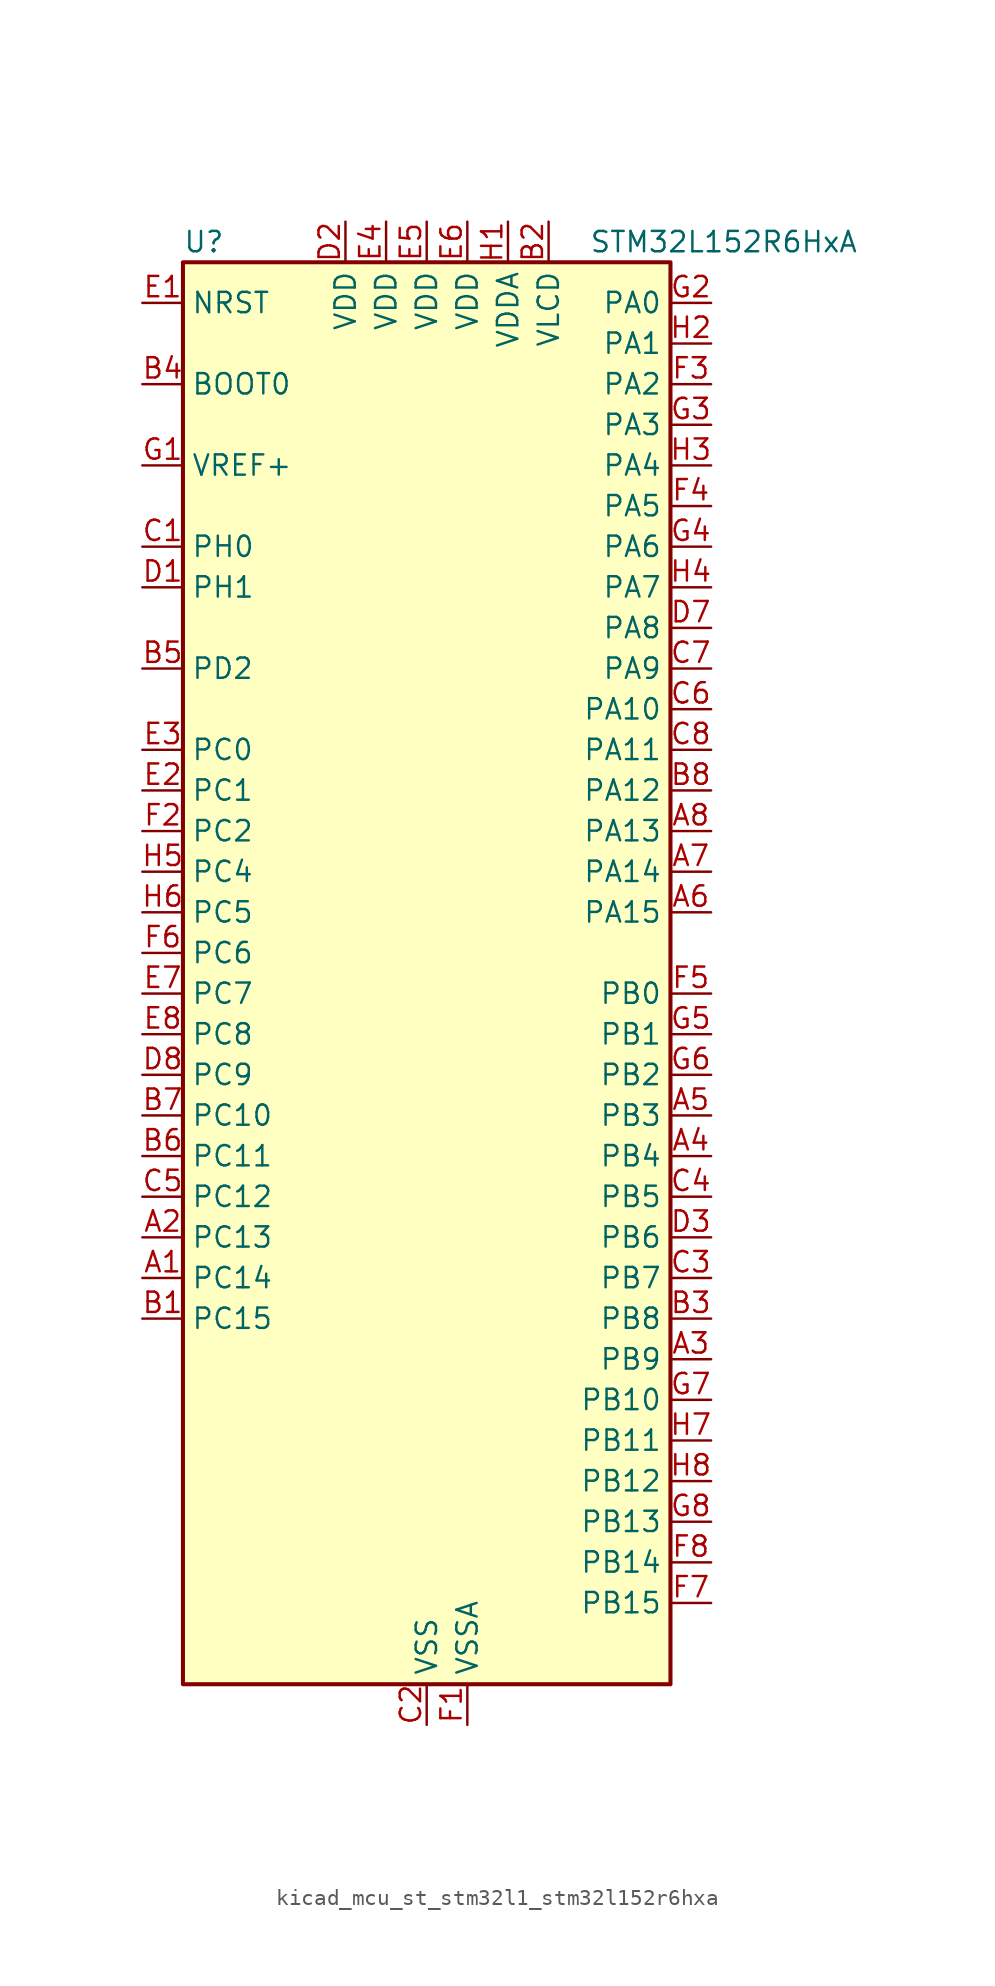
<source format=kicad_sym>
(kicad_symbol_lib
  (version 20220914)
  (generator kicad_symbol_editor)
  (symbol "kicad_mcu_st_stm32l1_stm32l152r6hxa"
    (property "Reference" "U"
      (at -15.24 46.99 0)
      (effects (font (size 1.27 1.27)) (justify left)))
    (property "Value" "STM32L152R6HxA"
      (at 10.16 46.99 0)
      (effects (font (size 1.27 1.27)) (justify left)))
    (property "ki_locked" ""
      (at 0 0 0)
      (effects (font (size 1.27 1.27))))
    (symbol "kicad_mcu_st_stm32l1_stm32l152r6hxa_0_1"
      (rectangle (start -15.24 -43.18) (end 15.24 45.72) (stroke (width 0.254) (type default)) (fill (type background))))
    (symbol "kicad_mcu_st_stm32l1_stm32l152r6hxa_1_1"
      (pin bidirectional line (at -17.78 -17.78 0) (length 2.54) (name "PC14" (effects (font (size 1.27 1.27)))) (number "A1" (effects (font (size 1.27 1.27)))) (alternate "RCC_OSC32_IN" bidirectional line) (alternate "TIMX_IC3" bidirectional line))
      (pin bidirectional line (at -17.78 -15.24 0) (length 2.54) (name "PC13" (effects (font (size 1.27 1.27)))) (number "A2" (effects (font (size 1.27 1.27)))) (alternate "RTC_OUT_ALARM" bidirectional line) (alternate "RTC_OUT_CALIB" bidirectional line) (alternate "RTC_TAMP1" bidirectional line) (alternate "RTC_TS" bidirectional line) (alternate "SYS_WKUP2" bidirectional line) (alternate "TIMX_IC2" bidirectional line))
      (pin bidirectional line (at 17.78 -22.86 180) (length 2.54) (name "PB9" (effects (font (size 1.27 1.27)))) (number "A3" (effects (font (size 1.27 1.27)))) (alternate "DAC_EXTI9" bidirectional line) (alternate "I2C1_SDA" bidirectional line) (alternate "LCD_COM3" bidirectional line) (alternate "TIM11_CH1" bidirectional line) (alternate "TIM4_CH4" bidirectional line))
      (pin bidirectional line (at 17.78 -10.16 180) (length 2.54) (name "PB4" (effects (font (size 1.27 1.27)))) (number "A4" (effects (font (size 1.27 1.27)))) (alternate "COMP2_INP" bidirectional line) (alternate "LCD_SEG8" bidirectional line) (alternate "SPI1_MISO" bidirectional line) (alternate "SYS_JTRST" bidirectional line) (alternate "TIM3_CH1" bidirectional line) (alternate "TS_G6_IO1" bidirectional line))
      (pin bidirectional line (at 17.78 -7.62 180) (length 2.54) (name "PB3" (effects (font (size 1.27 1.27)))) (number "A5" (effects (font (size 1.27 1.27)))) (alternate "COMP2_INM" bidirectional line) (alternate "LCD_SEG7" bidirectional line) (alternate "SPI1_SCK" bidirectional line) (alternate "SYS_JTDO-TRACESWO" bidirectional line) (alternate "TIM2_CH2" bidirectional line))
      (pin bidirectional line (at 17.78 5.08 180) (length 2.54) (name "PA15" (effects (font (size 1.27 1.27)))) (number "A6" (effects (font (size 1.27 1.27)))) (alternate "ADC_EXTI15" bidirectional line) (alternate "LCD_SEG17" bidirectional line) (alternate "SPI1_NSS" bidirectional line) (alternate "SYS_JTDI" bidirectional line) (alternate "TIM2_CH1" bidirectional line) (alternate "TIM2_ETR" bidirectional line) (alternate "TIMX_IC4" bidirectional line) (alternate "TS_G5_IO3" bidirectional line))
      (pin bidirectional line (at 17.78 7.62 180) (length 2.54) (name "PA14" (effects (font (size 1.27 1.27)))) (number "A7" (effects (font (size 1.27 1.27)))) (alternate "SYS_JTCK-SWCLK" bidirectional line) (alternate "TIMX_IC3" bidirectional line) (alternate "TS_G5_IO2" bidirectional line))
      (pin bidirectional line (at 17.78 10.16 180) (length 2.54) (name "PA13" (effects (font (size 1.27 1.27)))) (number "A8" (effects (font (size 1.27 1.27)))) (alternate "SYS_JTMS-SWDIO" bidirectional line) (alternate "TIMX_IC2" bidirectional line) (alternate "TS_G5_IO1" bidirectional line))
      (pin bidirectional line (at -17.78 -20.32 0) (length 2.54) (name "PC15" (effects (font (size 1.27 1.27)))) (number "B1" (effects (font (size 1.27 1.27)))) (alternate "ADC_EXTI15" bidirectional line) (alternate "RCC_OSC32_OUT" bidirectional line) (alternate "TIMX_IC4" bidirectional line))
      (pin power_in line (at 7.62 48.26 270) (length 2.54) (name "VLCD" (effects (font (size 1.27 1.27)))) (number "B2" (effects (font (size 1.27 1.27)))))
      (pin bidirectional line (at 17.78 -20.32 180) (length 2.54) (name "PB8" (effects (font (size 1.27 1.27)))) (number "B3" (effects (font (size 1.27 1.27)))) (alternate "I2C1_SCL" bidirectional line) (alternate "LCD_SEG16" bidirectional line) (alternate "TIM10_CH1" bidirectional line) (alternate "TIM4_CH3" bidirectional line))
      (pin input line (at -17.78 38.1 0) (length 2.54) (name "BOOT0" (effects (font (size 1.27 1.27)))) (number "B4" (effects (font (size 1.27 1.27)))))
      (pin bidirectional line (at -17.78 20.32 0) (length 2.54) (name "PD2" (effects (font (size 1.27 1.27)))) (number "B5" (effects (font (size 1.27 1.27)))) (alternate "LCD_COM7" bidirectional line) (alternate "LCD_SEG31" bidirectional line) (alternate "LCD_SEG43" bidirectional line) (alternate "TIM3_ETR" bidirectional line) (alternate "TIMX_IC3" bidirectional line))
      (pin bidirectional line (at -17.78 -10.16 0) (length 2.54) (name "PC11" (effects (font (size 1.27 1.27)))) (number "B6" (effects (font (size 1.27 1.27)))) (alternate "ADC_EXTI11" bidirectional line) (alternate "LCD_COM5" bidirectional line) (alternate "LCD_SEG29" bidirectional line) (alternate "LCD_SEG41" bidirectional line) (alternate "TIMX_IC4" bidirectional line) (alternate "USART3_RX" bidirectional line))
      (pin bidirectional line (at -17.78 -7.62 0) (length 2.54) (name "PC10" (effects (font (size 1.27 1.27)))) (number "B7" (effects (font (size 1.27 1.27)))) (alternate "LCD_COM4" bidirectional line) (alternate "LCD_SEG28" bidirectional line) (alternate "LCD_SEG40" bidirectional line) (alternate "TIMX_IC3" bidirectional line) (alternate "USART3_TX" bidirectional line))
      (pin bidirectional line (at 17.78 12.7 180) (length 2.54) (name "PA12" (effects (font (size 1.27 1.27)))) (number "B8" (effects (font (size 1.27 1.27)))) (alternate "SPI1_MOSI" bidirectional line) (alternate "TIMX_IC1" bidirectional line) (alternate "USART1_RTS" bidirectional line) (alternate "USB_DP" bidirectional line))
      (pin bidirectional line (at -17.78 27.94 0) (length 2.54) (name "PH0" (effects (font (size 1.27 1.27)))) (number "C1" (effects (font (size 1.27 1.27)))) (alternate "RCC_OSC_IN" bidirectional line))
      (pin power_in line (at 0 -45.72 90) (length 2.54) (name "VSS" (effects (font (size 1.27 1.27)))) (number "C2" (effects (font (size 1.27 1.27)))))
      (pin bidirectional line (at 17.78 -17.78 180) (length 2.54) (name "PB7" (effects (font (size 1.27 1.27)))) (number "C3" (effects (font (size 1.27 1.27)))) (alternate "I2C1_SDA" bidirectional line) (alternate "SYS_PVD_IN" bidirectional line) (alternate "TIM4_CH2" bidirectional line) (alternate "TS_G6_IO4" bidirectional line) (alternate "USART1_RX" bidirectional line))
      (pin bidirectional line (at 17.78 -12.7 180) (length 2.54) (name "PB5" (effects (font (size 1.27 1.27)))) (number "C4" (effects (font (size 1.27 1.27)))) (alternate "COMP2_INP" bidirectional line) (alternate "I2C1_SMBA" bidirectional line) (alternate "LCD_SEG9" bidirectional line) (alternate "SPI1_MOSI" bidirectional line) (alternate "TIM3_CH2" bidirectional line) (alternate "TS_G6_IO2" bidirectional line))
      (pin bidirectional line (at -17.78 -12.7 0) (length 2.54) (name "PC12" (effects (font (size 1.27 1.27)))) (number "C5" (effects (font (size 1.27 1.27)))) (alternate "LCD_COM6" bidirectional line) (alternate "LCD_SEG30" bidirectional line) (alternate "LCD_SEG42" bidirectional line) (alternate "TIMX_IC1" bidirectional line) (alternate "USART3_CK" bidirectional line))
      (pin bidirectional line (at 17.78 17.78 180) (length 2.54) (name "PA10" (effects (font (size 1.27 1.27)))) (number "C6" (effects (font (size 1.27 1.27)))) (alternate "LCD_COM2" bidirectional line) (alternate "TIMX_IC3" bidirectional line) (alternate "TS_G4_IO3" bidirectional line) (alternate "USART1_RX" bidirectional line))
      (pin bidirectional line (at 17.78 20.32 180) (length 2.54) (name "PA9" (effects (font (size 1.27 1.27)))) (number "C7" (effects (font (size 1.27 1.27)))) (alternate "DAC_EXTI9" bidirectional line) (alternate "LCD_COM1" bidirectional line) (alternate "TIMX_IC2" bidirectional line) (alternate "TS_G4_IO2" bidirectional line) (alternate "USART1_TX" bidirectional line))
      (pin bidirectional line (at 17.78 15.24 180) (length 2.54) (name "PA11" (effects (font (size 1.27 1.27)))) (number "C8" (effects (font (size 1.27 1.27)))) (alternate "ADC_EXTI11" bidirectional line) (alternate "SPI1_MISO" bidirectional line) (alternate "TIMX_IC4" bidirectional line) (alternate "USART1_CTS" bidirectional line) (alternate "USB_DM" bidirectional line))
      (pin bidirectional line (at -17.78 25.4 0) (length 2.54) (name "PH1" (effects (font (size 1.27 1.27)))) (number "D1" (effects (font (size 1.27 1.27)))) (alternate "RCC_OSC_OUT" bidirectional line))
      (pin power_in line (at -5.08 48.26 270) (length 2.54) (name "VDD" (effects (font (size 1.27 1.27)))) (number "D2" (effects (font (size 1.27 1.27)))))
      (pin bidirectional line (at 17.78 -15.24 180) (length 2.54) (name "PB6" (effects (font (size 1.27 1.27)))) (number "D3" (effects (font (size 1.27 1.27)))) (alternate "I2C1_SCL" bidirectional line) (alternate "TIM4_CH1" bidirectional line) (alternate "TS_G6_IO3" bidirectional line) (alternate "USART1_TX" bidirectional line))
      (pin passive line (at 0 -45.72 90) (length 2.54) hide (name "VSS" (effects (font (size 1.27 1.27)))) (number "D4" (effects (font (size 1.27 1.27)))))
      (pin passive line (at 0 -45.72 90) (length 2.54) hide (name "VSS" (effects (font (size 1.27 1.27)))) (number "D5" (effects (font (size 1.27 1.27)))))
      (pin passive line (at 0 -45.72 90) (length 2.54) hide (name "VSS" (effects (font (size 1.27 1.27)))) (number "D6" (effects (font (size 1.27 1.27)))))
      (pin bidirectional line (at 17.78 22.86 180) (length 2.54) (name "PA8" (effects (font (size 1.27 1.27)))) (number "D7" (effects (font (size 1.27 1.27)))) (alternate "LCD_COM0" bidirectional line) (alternate "RCC_MCO" bidirectional line) (alternate "TIMX_IC1" bidirectional line) (alternate "TS_G4_IO1" bidirectional line) (alternate "USART1_CK" bidirectional line))
      (pin bidirectional line (at -17.78 -5.08 0) (length 2.54) (name "PC9" (effects (font (size 1.27 1.27)))) (number "D8" (effects (font (size 1.27 1.27)))) (alternate "DAC_EXTI9" bidirectional line) (alternate "LCD_SEG27" bidirectional line) (alternate "TIM3_CH4" bidirectional line) (alternate "TIMX_IC2" bidirectional line) (alternate "TS_G10_IO4" bidirectional line))
      (pin input line (at -17.78 43.18 0) (length 2.54) (name "NRST" (effects (font (size 1.27 1.27)))) (number "E1" (effects (font (size 1.27 1.27)))))
      (pin bidirectional line (at -17.78 12.7 0) (length 2.54) (name "PC1" (effects (font (size 1.27 1.27)))) (number "E2" (effects (font (size 1.27 1.27)))) (alternate "ADC_IN11" bidirectional line) (alternate "COMP1_INP" bidirectional line) (alternate "LCD_SEG19" bidirectional line) (alternate "TIMX_IC2" bidirectional line) (alternate "TS_G8_IO2" bidirectional line))
      (pin bidirectional line (at -17.78 15.24 0) (length 2.54) (name "PC0" (effects (font (size 1.27 1.27)))) (number "E3" (effects (font (size 1.27 1.27)))) (alternate "ADC_IN10" bidirectional line) (alternate "COMP1_INP" bidirectional line) (alternate "LCD_SEG18" bidirectional line) (alternate "TIMX_IC1" bidirectional line) (alternate "TS_G8_IO1" bidirectional line))
      (pin power_in line (at -2.54 48.26 270) (length 2.54) (name "VDD" (effects (font (size 1.27 1.27)))) (number "E4" (effects (font (size 1.27 1.27)))))
      (pin power_in line (at 0 48.26 270) (length 2.54) (name "VDD" (effects (font (size 1.27 1.27)))) (number "E5" (effects (font (size 1.27 1.27)))))
      (pin power_in line (at 2.54 48.26 270) (length 2.54) (name "VDD" (effects (font (size 1.27 1.27)))) (number "E6" (effects (font (size 1.27 1.27)))))
      (pin bidirectional line (at -17.78 0 0) (length 2.54) (name "PC7" (effects (font (size 1.27 1.27)))) (number "E7" (effects (font (size 1.27 1.27)))) (alternate "LCD_SEG25" bidirectional line) (alternate "TIM3_CH2" bidirectional line) (alternate "TIMX_IC4" bidirectional line) (alternate "TS_G10_IO2" bidirectional line))
      (pin bidirectional line (at -17.78 -2.54 0) (length 2.54) (name "PC8" (effects (font (size 1.27 1.27)))) (number "E8" (effects (font (size 1.27 1.27)))) (alternate "LCD_SEG26" bidirectional line) (alternate "TIM3_CH3" bidirectional line) (alternate "TIMX_IC1" bidirectional line) (alternate "TS_G10_IO3" bidirectional line))
      (pin power_in line (at 2.54 -45.72 90) (length 2.54) (name "VSSA" (effects (font (size 1.27 1.27)))) (number "F1" (effects (font (size 1.27 1.27)))))
      (pin bidirectional line (at -17.78 10.16 0) (length 2.54) (name "PC2" (effects (font (size 1.27 1.27)))) (number "F2" (effects (font (size 1.27 1.27)))) (alternate "ADC_IN12" bidirectional line) (alternate "COMP1_INP" bidirectional line) (alternate "LCD_SEG20" bidirectional line) (alternate "TIMX_IC3" bidirectional line) (alternate "TS_G8_IO3" bidirectional line))
      (pin bidirectional line (at 17.78 38.1 180) (length 2.54) (name "PA2" (effects (font (size 1.27 1.27)))) (number "F3" (effects (font (size 1.27 1.27)))) (alternate "ADC_IN2" bidirectional line) (alternate "COMP1_INP" bidirectional line) (alternate "LCD_SEG1" bidirectional line) (alternate "TIM2_CH3" bidirectional line) (alternate "TIM9_CH1" bidirectional line) (alternate "TIMX_IC3" bidirectional line) (alternate "TS_G1_IO3" bidirectional line) (alternate "USART2_TX" bidirectional line))
      (pin bidirectional line (at 17.78 30.48 180) (length 2.54) (name "PA5" (effects (font (size 1.27 1.27)))) (number "F4" (effects (font (size 1.27 1.27)))) (alternate "ADC_IN5" bidirectional line) (alternate "COMP1_INP" bidirectional line) (alternate "DAC_OUT2" bidirectional line) (alternate "SPI1_SCK" bidirectional line) (alternate "TIM2_CH1" bidirectional line) (alternate "TIM2_ETR" bidirectional line) (alternate "TIMX_IC2" bidirectional line))
      (pin bidirectional line (at 17.78 0 180) (length 2.54) (name "PB0" (effects (font (size 1.27 1.27)))) (number "F5" (effects (font (size 1.27 1.27)))) (alternate "ADC_IN8" bidirectional line) (alternate "COMP1_INP" bidirectional line) (alternate "LCD_SEG5" bidirectional line) (alternate "SYS_V_REF_OUT" bidirectional line) (alternate "TIM3_CH3" bidirectional line) (alternate "TS_G3_IO1" bidirectional line))
      (pin bidirectional line (at -17.78 2.54 0) (length 2.54) (name "PC6" (effects (font (size 1.27 1.27)))) (number "F6" (effects (font (size 1.27 1.27)))) (alternate "LCD_SEG24" bidirectional line) (alternate "TIM3_CH1" bidirectional line) (alternate "TIMX_IC3" bidirectional line) (alternate "TS_G10_IO1" bidirectional line))
      (pin bidirectional line (at 17.78 -38.1 180) (length 2.54) (name "PB15" (effects (font (size 1.27 1.27)))) (number "F7" (effects (font (size 1.27 1.27)))) (alternate "ADC_EXTI15" bidirectional line) (alternate "ADC_IN21" bidirectional line) (alternate "COMP1_INP" bidirectional line) (alternate "LCD_SEG15" bidirectional line) (alternate "RTC_REFIN" bidirectional line) (alternate "SPI2_MOSI" bidirectional line) (alternate "TIM11_CH1" bidirectional line) (alternate "TS_G7_IO4" bidirectional line))
      (pin bidirectional line (at 17.78 -35.56 180) (length 2.54) (name "PB14" (effects (font (size 1.27 1.27)))) (number "F8" (effects (font (size 1.27 1.27)))) (alternate "ADC_IN20" bidirectional line) (alternate "COMP1_INP" bidirectional line) (alternate "LCD_SEG14" bidirectional line) (alternate "SPI2_MISO" bidirectional line) (alternate "TIM9_CH2" bidirectional line) (alternate "TS_G7_IO3" bidirectional line) (alternate "USART3_RTS" bidirectional line))
      (pin input line (at -17.78 33.02 0) (length 2.54) (name "VREF+" (effects (font (size 1.27 1.27)))) (number "G1" (effects (font (size 1.27 1.27)))))
      (pin bidirectional line (at 17.78 43.18 180) (length 2.54) (name "PA0" (effects (font (size 1.27 1.27)))) (number "G2" (effects (font (size 1.27 1.27)))) (alternate "ADC_IN0" bidirectional line) (alternate "COMP1_INP" bidirectional line) (alternate "RTC_TAMP2" bidirectional line) (alternate "SYS_WKUP1" bidirectional line) (alternate "TIM2_CH1" bidirectional line) (alternate "TIM2_ETR" bidirectional line) (alternate "TIMX_IC1" bidirectional line) (alternate "TS_G1_IO1" bidirectional line) (alternate "USART2_CTS" bidirectional line))
      (pin bidirectional line (at 17.78 35.56 180) (length 2.54) (name "PA3" (effects (font (size 1.27 1.27)))) (number "G3" (effects (font (size 1.27 1.27)))) (alternate "ADC_IN3" bidirectional line) (alternate "COMP1_INP" bidirectional line) (alternate "LCD_SEG2" bidirectional line) (alternate "TIM2_CH4" bidirectional line) (alternate "TIM9_CH2" bidirectional line) (alternate "TIMX_IC4" bidirectional line) (alternate "TS_G1_IO4" bidirectional line) (alternate "USART2_RX" bidirectional line))
      (pin bidirectional line (at 17.78 27.94 180) (length 2.54) (name "PA6" (effects (font (size 1.27 1.27)))) (number "G4" (effects (font (size 1.27 1.27)))) (alternate "ADC_IN6" bidirectional line) (alternate "COMP1_INP" bidirectional line) (alternate "LCD_SEG3" bidirectional line) (alternate "SPI1_MISO" bidirectional line) (alternate "TIM10_CH1" bidirectional line) (alternate "TIM3_CH1" bidirectional line) (alternate "TIMX_IC3" bidirectional line) (alternate "TS_G2_IO1" bidirectional line))
      (pin bidirectional line (at 17.78 -2.54 180) (length 2.54) (name "PB1" (effects (font (size 1.27 1.27)))) (number "G5" (effects (font (size 1.27 1.27)))) (alternate "ADC_IN9" bidirectional line) (alternate "COMP1_INP" bidirectional line) (alternate "LCD_SEG6" bidirectional line) (alternate "SYS_V_REF_OUT" bidirectional line) (alternate "TIM3_CH4" bidirectional line) (alternate "TS_G3_IO2" bidirectional line))
      (pin bidirectional line (at 17.78 -5.08 180) (length 2.54) (name "PB2" (effects (font (size 1.27 1.27)))) (number "G6" (effects (font (size 1.27 1.27)))) (alternate "TS_G3_IO3" bidirectional line))
      (pin bidirectional line (at 17.78 -25.4 180) (length 2.54) (name "PB10" (effects (font (size 1.27 1.27)))) (number "G7" (effects (font (size 1.27 1.27)))) (alternate "I2C2_SCL" bidirectional line) (alternate "LCD_SEG10" bidirectional line) (alternate "TIM2_CH3" bidirectional line) (alternate "USART3_TX" bidirectional line))
      (pin bidirectional line (at 17.78 -33.02 180) (length 2.54) (name "PB13" (effects (font (size 1.27 1.27)))) (number "G8" (effects (font (size 1.27 1.27)))) (alternate "ADC_IN19" bidirectional line) (alternate "COMP1_INP" bidirectional line) (alternate "LCD_SEG13" bidirectional line) (alternate "SPI2_SCK" bidirectional line) (alternate "TIM9_CH1" bidirectional line) (alternate "TS_G7_IO2" bidirectional line) (alternate "USART3_CTS" bidirectional line))
      (pin power_in line (at 5.08 48.26 270) (length 2.54) (name "VDDA" (effects (font (size 1.27 1.27)))) (number "H1" (effects (font (size 1.27 1.27)))))
      (pin bidirectional line (at 17.78 40.64 180) (length 2.54) (name "PA1" (effects (font (size 1.27 1.27)))) (number "H2" (effects (font (size 1.27 1.27)))) (alternate "ADC_IN1" bidirectional line) (alternate "COMP1_INP" bidirectional line) (alternate "LCD_SEG0" bidirectional line) (alternate "TIM2_CH2" bidirectional line) (alternate "TIMX_IC2" bidirectional line) (alternate "TS_G1_IO2" bidirectional line) (alternate "USART2_RTS" bidirectional line))
      (pin bidirectional line (at 17.78 33.02 180) (length 2.54) (name "PA4" (effects (font (size 1.27 1.27)))) (number "H3" (effects (font (size 1.27 1.27)))) (alternate "ADC_IN4" bidirectional line) (alternate "COMP1_INP" bidirectional line) (alternate "DAC_OUT1" bidirectional line) (alternate "SPI1_NSS" bidirectional line) (alternate "TIMX_IC1" bidirectional line) (alternate "USART2_CK" bidirectional line))
      (pin bidirectional line (at 17.78 25.4 180) (length 2.54) (name "PA7" (effects (font (size 1.27 1.27)))) (number "H4" (effects (font (size 1.27 1.27)))) (alternate "ADC_IN7" bidirectional line) (alternate "COMP1_INP" bidirectional line) (alternate "LCD_SEG4" bidirectional line) (alternate "SPI1_MOSI" bidirectional line) (alternate "TIM11_CH1" bidirectional line) (alternate "TIM3_CH2" bidirectional line) (alternate "TIMX_IC4" bidirectional line) (alternate "TS_G2_IO2" bidirectional line))
      (pin bidirectional line (at -17.78 7.62 0) (length 2.54) (name "PC4" (effects (font (size 1.27 1.27)))) (number "H5" (effects (font (size 1.27 1.27)))) (alternate "ADC_IN14" bidirectional line) (alternate "COMP1_INP" bidirectional line) (alternate "LCD_SEG22" bidirectional line) (alternate "TIMX_IC1" bidirectional line) (alternate "TS_G9_IO1" bidirectional line))
      (pin bidirectional line (at -17.78 5.08 0) (length 2.54) (name "PC5" (effects (font (size 1.27 1.27)))) (number "H6" (effects (font (size 1.27 1.27)))) (alternate "ADC_IN15" bidirectional line) (alternate "COMP1_INP" bidirectional line) (alternate "LCD_SEG23" bidirectional line) (alternate "TIMX_IC2" bidirectional line) (alternate "TS_G9_IO2" bidirectional line))
      (pin bidirectional line (at 17.78 -27.94 180) (length 2.54) (name "PB11" (effects (font (size 1.27 1.27)))) (number "H7" (effects (font (size 1.27 1.27)))) (alternate "ADC_EXTI11" bidirectional line) (alternate "I2C2_SDA" bidirectional line) (alternate "LCD_SEG11" bidirectional line) (alternate "TIM2_CH4" bidirectional line) (alternate "USART3_RX" bidirectional line))
      (pin bidirectional line (at 17.78 -30.48 180) (length 2.54) (name "PB12" (effects (font (size 1.27 1.27)))) (number "H8" (effects (font (size 1.27 1.27)))) (alternate "ADC_IN18" bidirectional line) (alternate "COMP1_INP" bidirectional line) (alternate "I2C2_SMBA" bidirectional line) (alternate "LCD_SEG12" bidirectional line) (alternate "SPI2_NSS" bidirectional line) (alternate "TIM10_CH1" bidirectional line) (alternate "TS_G7_IO1" bidirectional line) (alternate "USART3_CK" bidirectional line)))))
</source>
